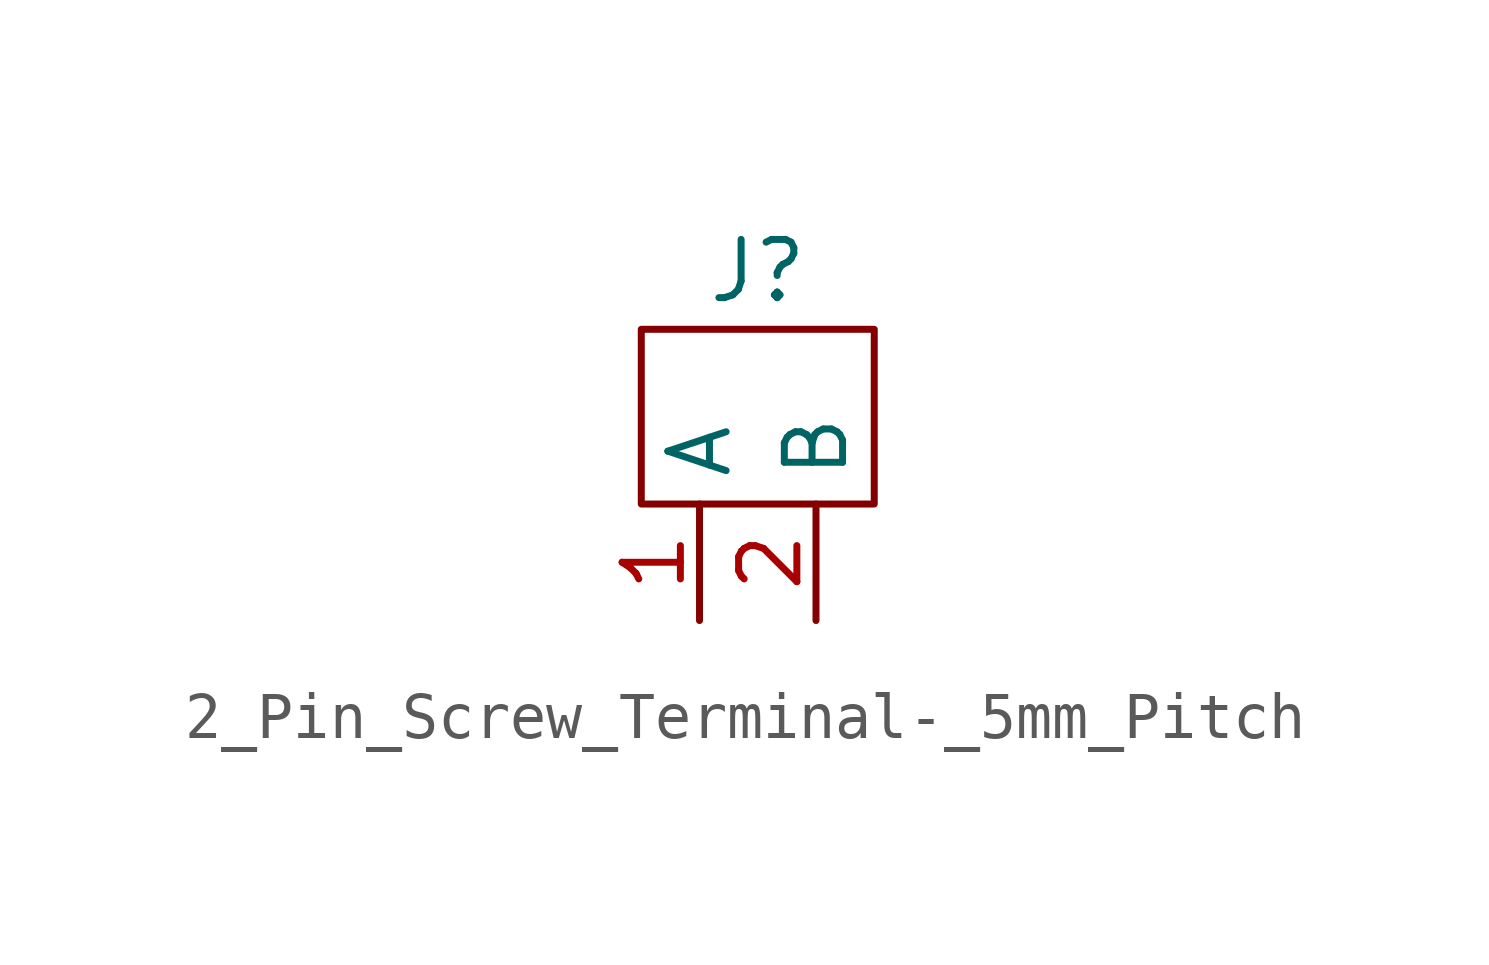
<source format=kicad_sym>
(kicad_symbol_lib
  (version 20231120)
  (generator "kicad_symbol_editor")
  (generator_version "8.0")
  (symbol "2_Pin_Screw_Terminal-_5mm_Pitch"
    (property "Reference" "J"
      (at 0 0 0)
      (effects (font (size 1.27 1.27))))
    (property "Value" ""
      (at 0 0 0)
      (effects (font (size 1.27 1.27))))
    (symbol "2_Pin_Screw_Terminal-_5mm_Pitch_1_1"
      (text_box "" (at -2.54 -1.27 0) (size 5.08 -3.81) (stroke (width 0) (type default)) (fill (type none)) (effects (font (size 1.27 1.27)) (justify left top)))
      (pin input line (at -1.27 -7.62 90) (length 2.54) (name "A" (effects (font (size 1.27 1.27)))) (number "1" (effects (font (size 1.27 1.27)))))
      (pin input line (at 1.27 -7.62 90) (length 2.54) (name "B" (effects (font (size 1.27 1.27)))) (number "2" (effects (font (size 1.27 1.27))))))))
</source>
